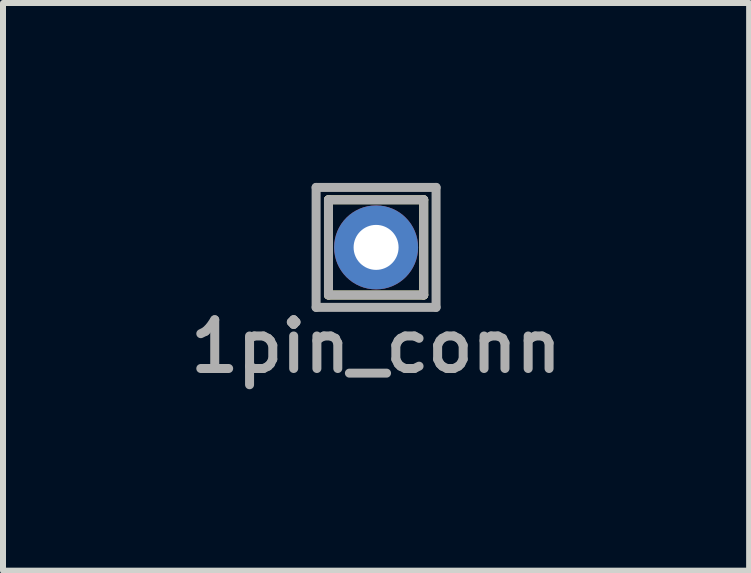
<source format=kicad_pcb>
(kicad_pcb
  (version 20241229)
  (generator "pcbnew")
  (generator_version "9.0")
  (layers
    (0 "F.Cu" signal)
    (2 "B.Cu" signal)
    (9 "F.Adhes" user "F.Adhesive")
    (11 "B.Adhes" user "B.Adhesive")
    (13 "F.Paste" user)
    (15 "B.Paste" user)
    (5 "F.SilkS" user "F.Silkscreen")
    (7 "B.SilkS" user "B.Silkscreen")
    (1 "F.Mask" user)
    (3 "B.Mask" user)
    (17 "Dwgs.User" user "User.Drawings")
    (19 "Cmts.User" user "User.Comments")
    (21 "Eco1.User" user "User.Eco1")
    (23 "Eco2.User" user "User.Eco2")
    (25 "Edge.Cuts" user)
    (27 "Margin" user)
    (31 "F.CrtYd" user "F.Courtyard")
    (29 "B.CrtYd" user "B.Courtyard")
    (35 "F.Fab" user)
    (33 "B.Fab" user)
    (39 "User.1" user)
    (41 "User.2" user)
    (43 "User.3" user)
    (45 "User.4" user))
  (footprint "1pin_conn"
    (layer "F.Cu")
    (at 3.221 1.075)
    (property "Reference" "1pin_conn" (at 0 1.651 0) (layer "F.Fab") (effects (font (size 0.813 0.813) (thickness 0.15))))
    (attr through_hole)
    (fp_line (start -0.794 -0.794) (end 0.794 -0.794) (stroke (width 0.15) (type solid)) (layer "F.SilkS"))
    (fp_line (start -0.794 0.794) (end -0.794 -0.794) (stroke (width 0.15) (type solid)) (layer "F.SilkS"))
    (fp_line (start 0.794 -0.794) (end 0.794 0.794) (stroke (width 0.15) (type solid)) (layer "F.SilkS"))
    (fp_line (start 0.794 0.794) (end -0.794 0.794) (stroke (width 0.15) (type solid)) (layer "F.SilkS"))
    (fp_line (start -1 -1) (end -1 1) (stroke (width 0.15) (type solid)) (layer "F.Fab"))
    (fp_line (start -1 1) (end 1 1) (stroke (width 0.15) (type solid)) (layer "F.Fab"))
    (fp_line (start -0.794 -0.794) (end 0.794 -0.794) (stroke (width 0.15) (type solid)) (layer "F.Fab"))
    (fp_line (start -0.794 0.794) (end -0.794 -0.794) (stroke (width 0.15) (type solid)) (layer "F.Fab"))
    (fp_line (start 0.794 -0.794) (end 0.794 0.794) (stroke (width 0.15) (type solid)) (layer "F.Fab"))
    (fp_line (start 0.794 0.794) (end -0.794 0.794) (stroke (width 0.15) (type solid)) (layer "F.Fab"))
    (fp_line (start 1 -1) (end -1 -1) (stroke (width 0.15) (type solid)) (layer "F.Fab"))
    (fp_line (start 1 1) (end 1 -1) (stroke (width 0.15) (type solid)) (layer "F.Fab"))
    (pad "1" thru_hole circle (at 0 0) (size 1.4 1.4) (drill 0.75) (layers "*.Cu" "*.Mask")))
  (gr_rect
    (start -3 -3)
    (end 9.441 6.465)
    (stroke (width 0.1) (type default))
    (fill no)
    (layer "Edge.Cuts")))
</source>
